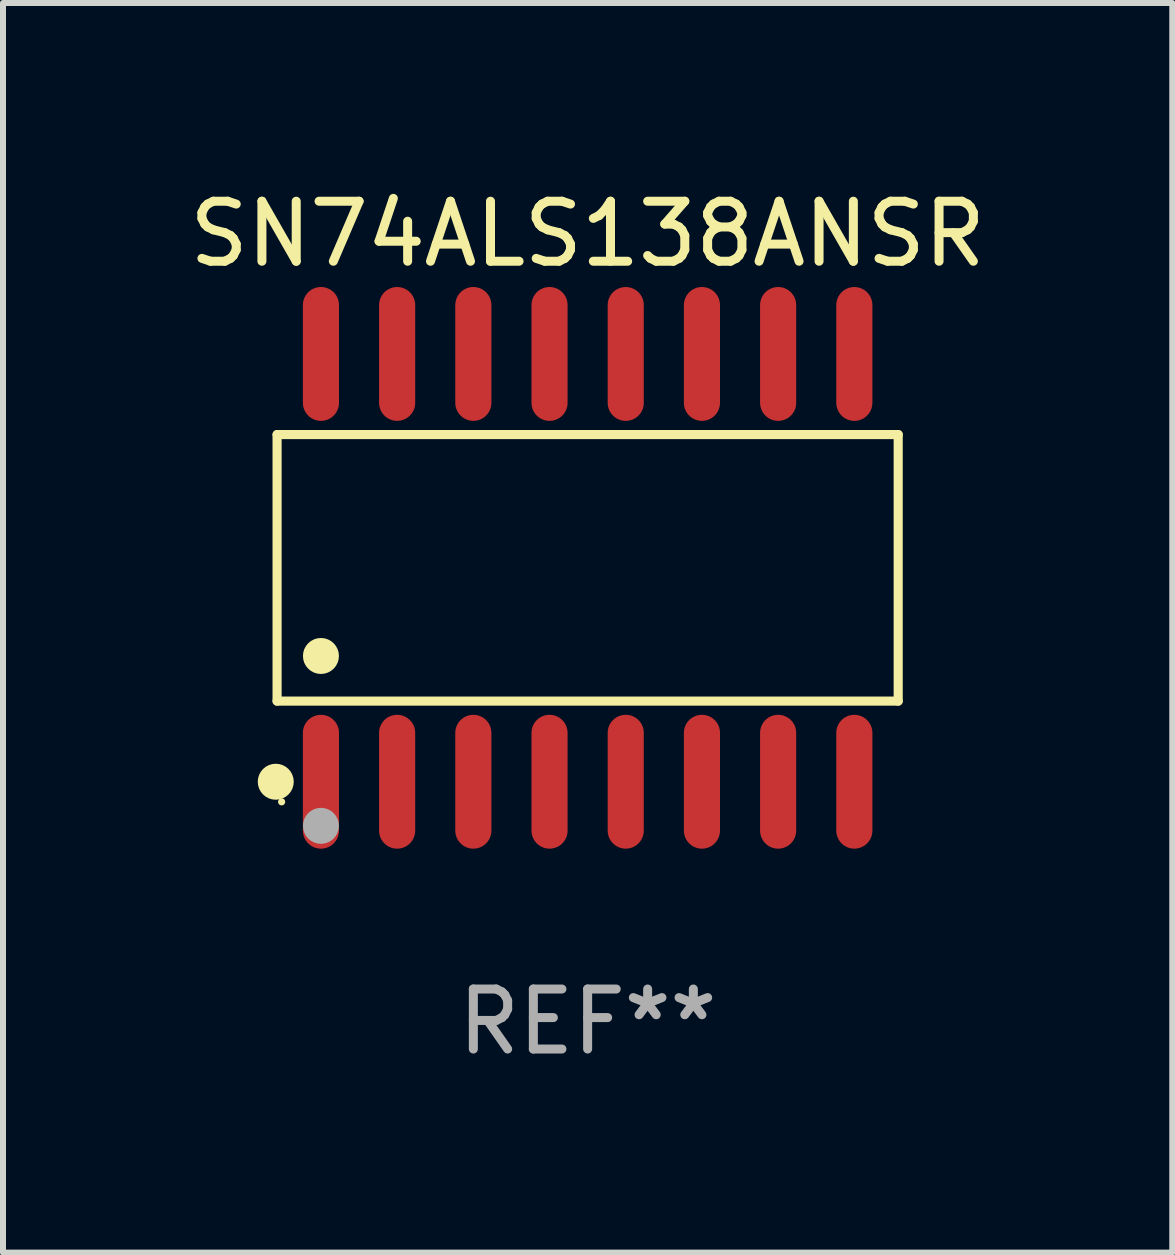
<source format=kicad_pcb>
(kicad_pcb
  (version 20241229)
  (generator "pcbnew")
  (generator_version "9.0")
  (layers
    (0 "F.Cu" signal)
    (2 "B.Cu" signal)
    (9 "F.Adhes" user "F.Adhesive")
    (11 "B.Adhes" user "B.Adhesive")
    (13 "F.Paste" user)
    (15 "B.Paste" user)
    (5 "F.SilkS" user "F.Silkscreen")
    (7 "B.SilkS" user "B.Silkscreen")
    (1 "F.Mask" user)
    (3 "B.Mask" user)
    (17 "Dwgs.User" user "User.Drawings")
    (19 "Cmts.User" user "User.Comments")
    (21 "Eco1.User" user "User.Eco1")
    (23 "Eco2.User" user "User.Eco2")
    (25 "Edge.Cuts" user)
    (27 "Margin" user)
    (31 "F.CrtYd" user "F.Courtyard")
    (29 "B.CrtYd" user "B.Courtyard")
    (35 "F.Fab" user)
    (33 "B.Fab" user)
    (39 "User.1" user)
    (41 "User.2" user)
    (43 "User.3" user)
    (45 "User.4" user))
  (footprint "SN74ALS138ANSR"
    (layer "F.Cu")
    (at 6.744 6.414)
    (property "Reference" "SN74ALS138ANSR" (at 0 -5.565 0) (layer "F.SilkS") (effects (font (size 1 1) (thickness 0.15))))
    (attr through_hole)
    (fp_line (start -5.176 -2.221) (end 5.176 -2.221) (stroke (width 0.152) (type solid)) (layer "F.SilkS"))
    (fp_line (start -5.176 2.221) (end -5.176 -2.221) (stroke (width 0.152) (type solid)) (layer "F.SilkS"))
    (fp_line (start 5.176 -2.221) (end 5.176 2.221) (stroke (width 0.152) (type solid)) (layer "F.SilkS"))
    (fp_line (start 5.176 2.221) (end -5.176 2.221) (stroke (width 0.152) (type solid)) (layer "F.SilkS"))
    (fp_circle (center -5.198 3.565) (end -5.048 3.565) (stroke (width 0.3) (type solid)) (fill no) (layer "F.SilkS"))
    (fp_circle (center -5.1 3.9) (end -5.07 3.9) (stroke (width 0.06) (type solid)) (fill no) (layer "F.SilkS"))
    (fp_circle (center -4.445 1.469) (end -4.295 1.469) (stroke (width 0.3) (type solid)) (fill no) (layer "F.SilkS"))
    (fp_circle (center -4.445 4.3) (end -4.295 4.3) (stroke (width 0.3) (type solid)) (fill no) (layer "F.Fab"))
    (fp_text user "REF**" (at 0 7.565 0) (layer "F.Fab") (effects (font (size 1 1) (thickness 0.15))))
    (pad "1" smd oval (at -4.445 3.565) (size 0.602 2.231) (layers "F.Cu" "F.Mask" "F.Paste"))
    (pad "2" smd oval (at -3.175 3.565) (size 0.602 2.231) (layers "F.Cu" "F.Mask" "F.Paste"))
    (pad "3" smd oval (at -1.905 3.565) (size 0.602 2.231) (layers "F.Cu" "F.Mask" "F.Paste"))
    (pad "4" smd oval (at -0.635 3.565) (size 0.602 2.231) (layers "F.Cu" "F.Mask" "F.Paste"))
    (pad "5" smd oval (at 0.635 3.565) (size 0.602 2.231) (layers "F.Cu" "F.Mask" "F.Paste"))
    (pad "6" smd oval (at 1.905 3.565) (size 0.602 2.231) (layers "F.Cu" "F.Mask" "F.Paste"))
    (pad "7" smd oval (at 3.175 3.565) (size 0.602 2.231) (layers "F.Cu" "F.Mask" "F.Paste"))
    (pad "8" smd oval (at 4.445 3.565) (size 0.602 2.231) (layers "F.Cu" "F.Mask" "F.Paste"))
    (pad "9" smd oval (at 4.445 -3.565) (size 0.602 2.231) (layers "F.Cu" "F.Mask" "F.Paste"))
    (pad "10" smd oval (at 3.175 -3.565) (size 0.602 2.231) (layers "F.Cu" "F.Mask" "F.Paste"))
    (pad "11" smd oval (at 1.905 -3.565) (size 0.602 2.231) (layers "F.Cu" "F.Mask" "F.Paste"))
    (pad "12" smd oval (at 0.635 -3.565) (size 0.602 2.231) (layers "F.Cu" "F.Mask" "F.Paste"))
    (pad "13" smd oval (at -0.635 -3.565) (size 0.602 2.231) (layers "F.Cu" "F.Mask" "F.Paste"))
    (pad "14" smd oval (at -1.905 -3.565) (size 0.602 2.231) (layers "F.Cu" "F.Mask" "F.Paste"))
    (pad "15" smd oval (at -3.175 -3.565) (size 0.602 2.231) (layers "F.Cu" "F.Mask" "F.Paste"))
    (pad "16" smd oval (at -4.445 -3.565) (size 0.602 2.231) (layers "F.Cu" "F.Mask" "F.Paste")))
  (gr_rect
    (start -3 -3)
    (end 16.488 17.827)
    (stroke (width 0.1) (type default))
    (fill no)
    (layer "Edge.Cuts")))
</source>
